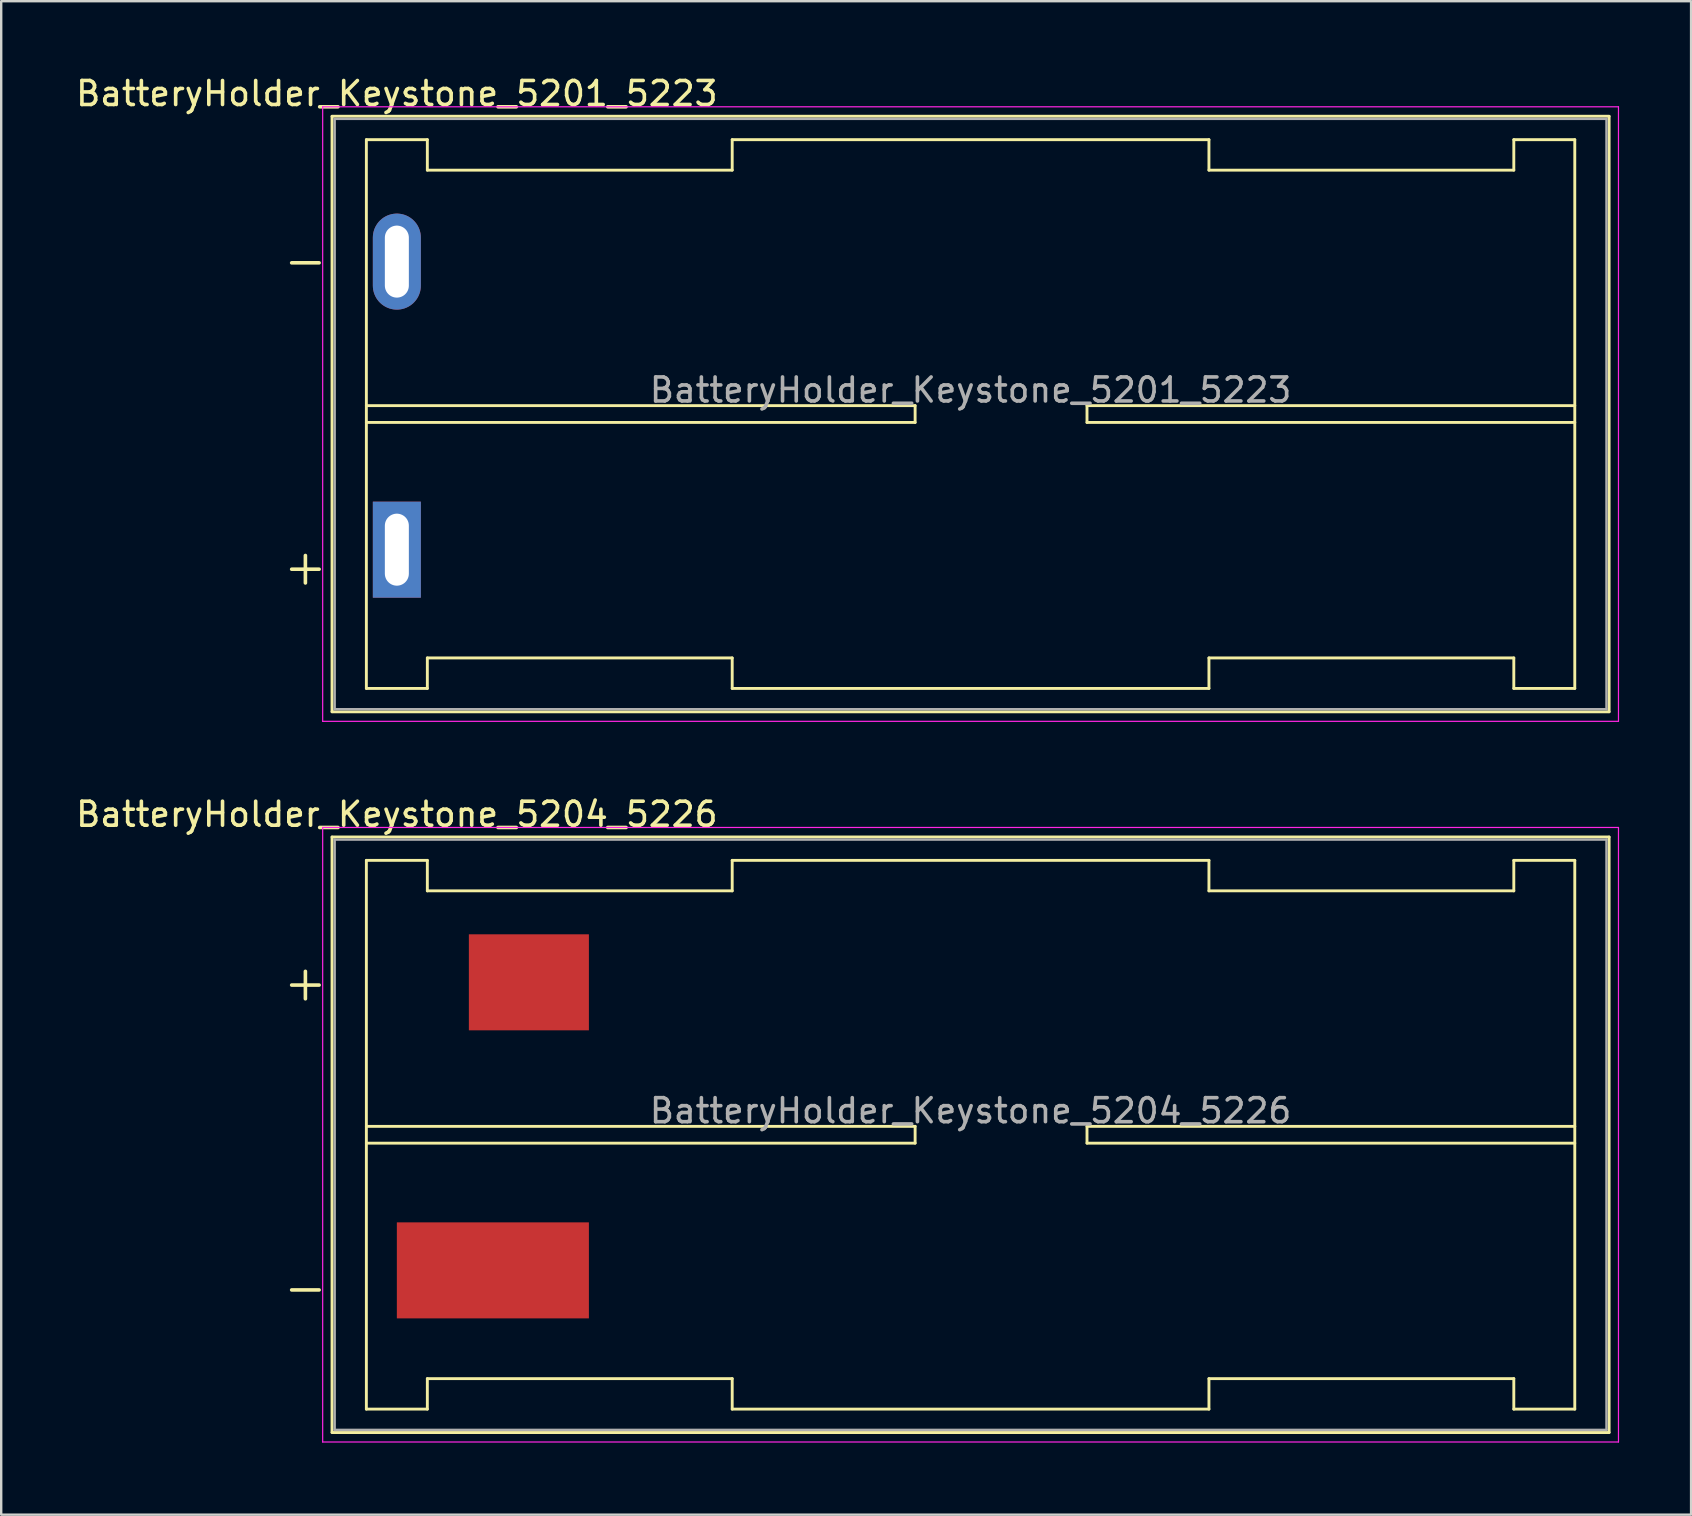
<source format=kicad_pcb>
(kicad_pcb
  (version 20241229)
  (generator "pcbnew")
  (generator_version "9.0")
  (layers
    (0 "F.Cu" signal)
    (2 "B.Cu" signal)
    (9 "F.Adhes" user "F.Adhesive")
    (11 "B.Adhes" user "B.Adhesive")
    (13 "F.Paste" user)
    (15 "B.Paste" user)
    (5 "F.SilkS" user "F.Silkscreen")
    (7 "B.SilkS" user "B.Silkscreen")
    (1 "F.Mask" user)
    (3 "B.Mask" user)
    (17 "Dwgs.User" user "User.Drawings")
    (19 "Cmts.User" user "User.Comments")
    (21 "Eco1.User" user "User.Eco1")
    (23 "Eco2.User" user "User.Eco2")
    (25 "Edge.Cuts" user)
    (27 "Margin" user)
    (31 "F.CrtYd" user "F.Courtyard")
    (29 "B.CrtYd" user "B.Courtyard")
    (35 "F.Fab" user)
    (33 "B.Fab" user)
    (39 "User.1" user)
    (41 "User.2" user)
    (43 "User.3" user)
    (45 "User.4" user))
  (footprint "BatteryHolder_Keystone_5201_5223"
    (layer "F.Cu")
    (at 13.482 7.848)
    (property "Reference" "BatteryHolder_Keystone_5201_5223" (at 0 -7 0) (layer "F.SilkS") (effects (font (size 1 1) (thickness 0.15))))
    (attr through_hole)
    (fp_line (start -2.7 -6.05) (end -2.7 18.75) (stroke (width 0.12) (type solid)) (layer "F.SilkS"))
    (fp_line (start -2.7 18.755) (end 50.5 18.755) (stroke (width 0.12) (type solid)) (layer "F.SilkS"))
    (fp_line (start -1.27 -5.08) (end -1.27 17.78) (stroke (width 0.12) (type solid)) (layer "F.SilkS"))
    (fp_line (start -1.27 6) (end 21.59 6) (stroke (width 0.12) (type solid)) (layer "F.SilkS"))
    (fp_line (start -1.27 17.78) (end 1.27 17.78) (stroke (width 0.12) (type solid)) (layer "F.SilkS"))
    (fp_line (start 1.27 -5.08) (end -1.27 -5.08) (stroke (width 0.12) (type solid)) (layer "F.SilkS"))
    (fp_line (start 1.27 -3.81) (end 1.27 -5.08) (stroke (width 0.12) (type solid)) (layer "F.SilkS"))
    (fp_line (start 1.27 -3.81) (end 13.97 -3.81) (stroke (width 0.12) (type solid)) (layer "F.SilkS"))
    (fp_line (start 1.27 16.51) (end 13.97 16.51) (stroke (width 0.12) (type solid)) (layer "F.SilkS"))
    (fp_line (start 1.27 17.78) (end 1.27 16.51) (stroke (width 0.12) (type solid)) (layer "F.SilkS"))
    (fp_line (start 13.97 -5.08) (end 13.97 -3.81) (stroke (width 0.12) (type solid)) (layer "F.SilkS"))
    (fp_line (start 13.97 16.51) (end 13.97 17.78) (stroke (width 0.12) (type solid)) (layer "F.SilkS"))
    (fp_line (start 13.97 17.78) (end 33.83 17.78) (stroke (width 0.12) (type solid)) (layer "F.SilkS"))
    (fp_line (start 21.59 6) (end 21.59 6.7) (stroke (width 0.12) (type solid)) (layer "F.SilkS"))
    (fp_line (start 21.59 6.7) (end -1.27 6.7) (stroke (width 0.12) (type solid)) (layer "F.SilkS"))
    (fp_line (start 28.75 6) (end 28.75 6.7) (stroke (width 0.12) (type solid)) (layer "F.SilkS"))
    (fp_line (start 28.75 6.7) (end 49.07 6.7) (stroke (width 0.12) (type solid)) (layer "F.SilkS"))
    (fp_line (start 33.83 -5.08) (end 13.97 -5.08) (stroke (width 0.12) (type solid)) (layer "F.SilkS"))
    (fp_line (start 33.83 -3.81) (end 33.83 -5.08) (stroke (width 0.12) (type solid)) (layer "F.SilkS"))
    (fp_line (start 33.83 17.78) (end 33.83 16.51) (stroke (width 0.12) (type solid)) (layer "F.SilkS"))
    (fp_line (start 46.53 -5.08) (end 46.53 -3.81) (stroke (width 0.12) (type solid)) (layer "F.SilkS"))
    (fp_line (start 46.53 -3.81) (end 33.83 -3.81) (stroke (width 0.12) (type solid)) (layer "F.SilkS"))
    (fp_line (start 46.53 16.51) (end 33.83 16.51) (stroke (width 0.12) (type solid)) (layer "F.SilkS"))
    (fp_line (start 46.53 17.78) (end 46.53 16.51) (stroke (width 0.12) (type solid)) (layer "F.SilkS"))
    (fp_line (start 49.07 -5.08) (end 46.53 -5.08) (stroke (width 0.12) (type solid)) (layer "F.SilkS"))
    (fp_line (start 49.07 -5.08) (end 49.07 17.78) (stroke (width 0.12) (type solid)) (layer "F.SilkS"))
    (fp_line (start 49.07 6) (end 28.75 6) (stroke (width 0.12) (type solid)) (layer "F.SilkS"))
    (fp_line (start 49.07 17.78) (end 46.53 17.78) (stroke (width 0.12) (type solid)) (layer "F.SilkS"))
    (fp_line (start 50.5 -6.055) (end -2.7 -6.055) (stroke (width 0.12) (type solid)) (layer "F.SilkS"))
    (fp_line (start 50.5 18.75) (end 50.5 -6.05) (stroke (width 0.12) (type solid)) (layer "F.SilkS"))
    (fp_line (start -3.09 -6.45) (end -3.09 19.15) (stroke (width 0.05) (type solid)) (layer "F.CrtYd"))
    (fp_line (start -3.09 19.15) (end 50.89 19.15) (stroke (width 0.05) (type solid)) (layer "F.CrtYd"))
    (fp_line (start 50.89 -6.45) (end -3.09 -6.45) (stroke (width 0.05) (type solid)) (layer "F.CrtYd"))
    (fp_line (start 50.89 19.15) (end 50.89 -6.45) (stroke (width 0.05) (type solid)) (layer "F.CrtYd"))
    (fp_line (start -2.59 -5.945) (end 50.39 -5.945) (stroke (width 0.1) (type solid)) (layer "F.Fab"))
    (fp_line (start -2.59 18.645) (end -2.59 -5.945) (stroke (width 0.1) (type solid)) (layer "F.Fab"))
    (fp_line (start -2.59 18.645) (end 50.39 18.645) (stroke (width 0.1) (type solid)) (layer "F.Fab"))
    (fp_line (start 50.39 18.645) (end 50.39 -5.945) (stroke (width 0.1) (type solid)) (layer "F.Fab"))
    (fp_text user "-" (at -3.81 -0.064 0) (layer "F.SilkS") (effects (font (size 1.5 1.5) (thickness 0.15))))
    (fp_text user "+" (at -3.81 12.7 0) (layer "F.SilkS") (effects (font (size 1.5 1.5) (thickness 0.15))))
    (fp_text user "${REFERENCE}" (at 23.9 5.35 0) (layer "F.Fab") (effects (font (size 1 1) (thickness 0.15))))
    (pad "1" thru_hole rect (at 0 12) (size 2 4) (drill oval 1 3) (layers "*.Cu" "*.Mask"))
    (pad "2" thru_hole oval (at 0 0) (size 2 4) (drill oval 1 3) (layers "*.Cu" "*.Mask")))
  (footprint "BatteryHolder_Keystone_5204_5226"
    (layer "F.Cu")
    (at 13.482 37.871)
    (property "Reference" "BatteryHolder_Keystone_5204_5226" (at 0 -7 0) (layer "F.SilkS") (effects (font (size 1 1) (thickness 0.15))))
    (attr through_hole)
    (fp_line (start -2.7 -6.05) (end -2.7 18.75) (stroke (width 0.12) (type solid)) (layer "F.SilkS"))
    (fp_line (start -2.7 18.755) (end 50.5 18.755) (stroke (width 0.12) (type solid)) (layer "F.SilkS"))
    (fp_line (start -1.27 -5.08) (end -1.27 17.78) (stroke (width 0.12) (type solid)) (layer "F.SilkS"))
    (fp_line (start -1.27 6) (end 21.59 6) (stroke (width 0.12) (type solid)) (layer "F.SilkS"))
    (fp_line (start -1.27 17.78) (end 1.27 17.78) (stroke (width 0.12) (type solid)) (layer "F.SilkS"))
    (fp_line (start 1.27 -5.08) (end -1.27 -5.08) (stroke (width 0.12) (type solid)) (layer "F.SilkS"))
    (fp_line (start 1.27 -3.81) (end 1.27 -5.08) (stroke (width 0.12) (type solid)) (layer "F.SilkS"))
    (fp_line (start 1.27 -3.81) (end 13.97 -3.81) (stroke (width 0.12) (type solid)) (layer "F.SilkS"))
    (fp_line (start 1.27 16.51) (end 13.97 16.51) (stroke (width 0.12) (type solid)) (layer "F.SilkS"))
    (fp_line (start 1.27 17.78) (end 1.27 16.51) (stroke (width 0.12) (type solid)) (layer "F.SilkS"))
    (fp_line (start 13.97 -5.08) (end 13.97 -3.81) (stroke (width 0.12) (type solid)) (layer "F.SilkS"))
    (fp_line (start 13.97 16.51) (end 13.97 17.78) (stroke (width 0.12) (type solid)) (layer "F.SilkS"))
    (fp_line (start 13.97 17.78) (end 33.83 17.78) (stroke (width 0.12) (type solid)) (layer "F.SilkS"))
    (fp_line (start 21.59 6) (end 21.59 6.7) (stroke (width 0.12) (type solid)) (layer "F.SilkS"))
    (fp_line (start 21.59 6.7) (end -1.27 6.7) (stroke (width 0.12) (type solid)) (layer "F.SilkS"))
    (fp_line (start 28.75 6) (end 28.75 6.7) (stroke (width 0.12) (type solid)) (layer "F.SilkS"))
    (fp_line (start 28.75 6.7) (end 49.07 6.7) (stroke (width 0.12) (type solid)) (layer "F.SilkS"))
    (fp_line (start 33.83 -5.08) (end 13.97 -5.08) (stroke (width 0.12) (type solid)) (layer "F.SilkS"))
    (fp_line (start 33.83 -3.81) (end 33.83 -5.08) (stroke (width 0.12) (type solid)) (layer "F.SilkS"))
    (fp_line (start 33.83 17.78) (end 33.83 16.51) (stroke (width 0.12) (type solid)) (layer "F.SilkS"))
    (fp_line (start 46.53 -5.08) (end 46.53 -3.81) (stroke (width 0.12) (type solid)) (layer "F.SilkS"))
    (fp_line (start 46.53 -3.81) (end 33.83 -3.81) (stroke (width 0.12) (type solid)) (layer "F.SilkS"))
    (fp_line (start 46.53 16.51) (end 33.83 16.51) (stroke (width 0.12) (type solid)) (layer "F.SilkS"))
    (fp_line (start 46.53 17.78) (end 46.53 16.51) (stroke (width 0.12) (type solid)) (layer "F.SilkS"))
    (fp_line (start 49.07 -5.08) (end 46.53 -5.08) (stroke (width 0.12) (type solid)) (layer "F.SilkS"))
    (fp_line (start 49.07 -5.08) (end 49.07 17.78) (stroke (width 0.12) (type solid)) (layer "F.SilkS"))
    (fp_line (start 49.07 6) (end 28.75 6) (stroke (width 0.12) (type solid)) (layer "F.SilkS"))
    (fp_line (start 49.07 17.78) (end 46.53 17.78) (stroke (width 0.12) (type solid)) (layer "F.SilkS"))
    (fp_line (start 50.5 -6.055) (end -2.7 -6.055) (stroke (width 0.12) (type solid)) (layer "F.SilkS"))
    (fp_line (start 50.5 18.75) (end 50.5 -6.05) (stroke (width 0.12) (type solid)) (layer "F.SilkS"))
    (fp_line (start -3.09 -6.45) (end -3.09 19.15) (stroke (width 0.05) (type solid)) (layer "F.CrtYd"))
    (fp_line (start -3.09 19.15) (end 50.89 19.15) (stroke (width 0.05) (type solid)) (layer "F.CrtYd"))
    (fp_line (start 50.89 -6.45) (end -3.09 -6.45) (stroke (width 0.05) (type solid)) (layer "F.CrtYd"))
    (fp_line (start 50.89 19.15) (end 50.89 -6.45) (stroke (width 0.05) (type solid)) (layer "F.CrtYd"))
    (fp_line (start -2.59 -5.945) (end 50.39 -5.945) (stroke (width 0.1) (type solid)) (layer "F.Fab"))
    (fp_line (start -2.59 18.645) (end -2.59 -5.945) (stroke (width 0.1) (type solid)) (layer "F.Fab"))
    (fp_line (start -2.59 18.645) (end 50.39 18.645) (stroke (width 0.1) (type solid)) (layer "F.Fab"))
    (fp_line (start 50.39 18.645) (end 50.39 -5.945) (stroke (width 0.1) (type solid)) (layer "F.Fab"))
    (fp_text user "-" (at -3.81 12.7 0) (layer "F.SilkS") (effects (font (size 1.5 1.5) (thickness 0.15))))
    (fp_text user "+" (at -3.81 0 0) (layer "F.SilkS") (effects (font (size 1.5 1.5) (thickness 0.15))))
    (fp_text user "${REFERENCE}" (at 23.9 5.35 0) (layer "F.Fab") (effects (font (size 1 1) (thickness 0.15))))
    (pad "1" smd rect (at 5.5 0) (size 5 4) (layers "F.Cu" "F.Mask" "F.Paste"))
    (pad "2" smd rect (at 4 12) (size 8 4) (layers "F.Cu" "F.Mask" "F.Paste")))
  (gr_rect
    (start -3 -3)
    (end 67.397 60.047)
    (stroke (width 0.1) (type default))
    (fill no)
    (layer "Edge.Cuts")))
</source>
